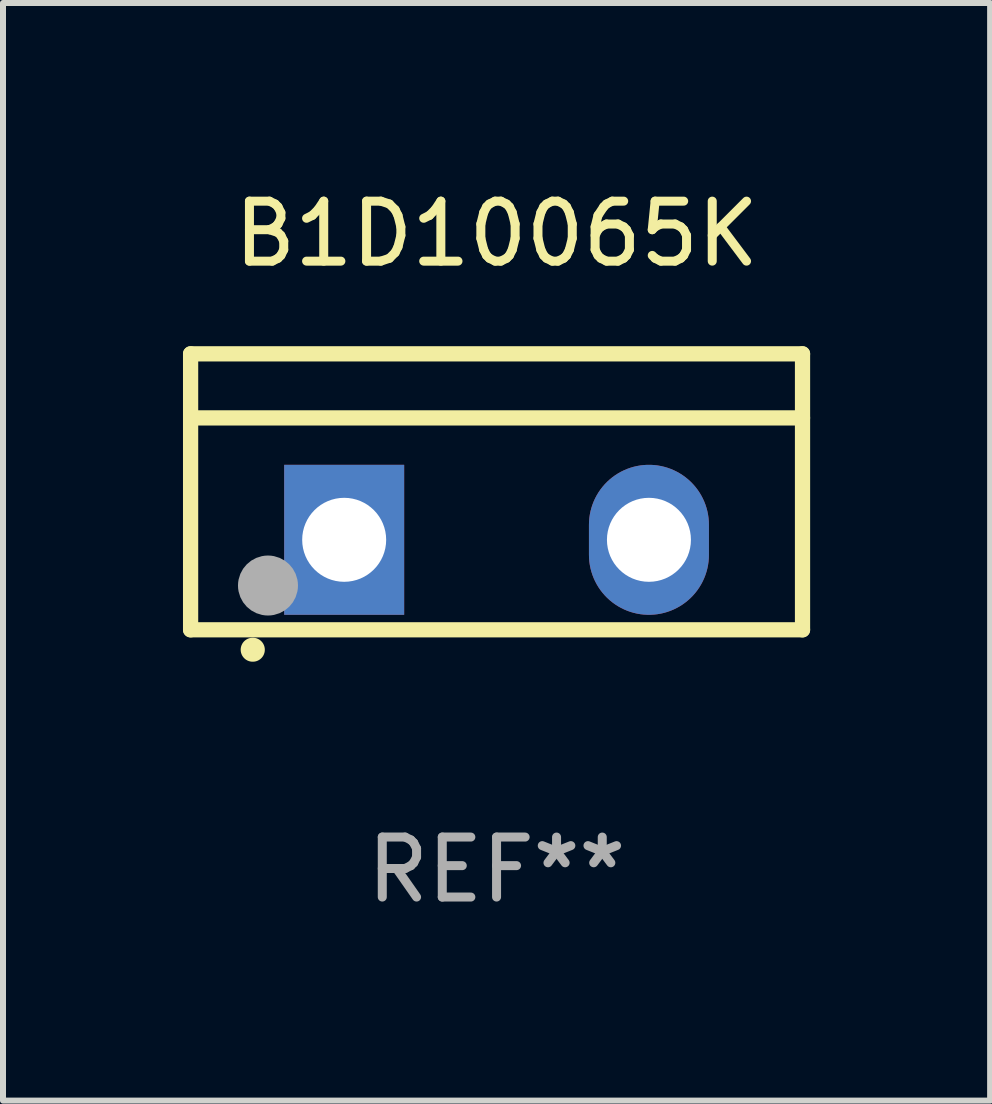
<source format=kicad_pcb>
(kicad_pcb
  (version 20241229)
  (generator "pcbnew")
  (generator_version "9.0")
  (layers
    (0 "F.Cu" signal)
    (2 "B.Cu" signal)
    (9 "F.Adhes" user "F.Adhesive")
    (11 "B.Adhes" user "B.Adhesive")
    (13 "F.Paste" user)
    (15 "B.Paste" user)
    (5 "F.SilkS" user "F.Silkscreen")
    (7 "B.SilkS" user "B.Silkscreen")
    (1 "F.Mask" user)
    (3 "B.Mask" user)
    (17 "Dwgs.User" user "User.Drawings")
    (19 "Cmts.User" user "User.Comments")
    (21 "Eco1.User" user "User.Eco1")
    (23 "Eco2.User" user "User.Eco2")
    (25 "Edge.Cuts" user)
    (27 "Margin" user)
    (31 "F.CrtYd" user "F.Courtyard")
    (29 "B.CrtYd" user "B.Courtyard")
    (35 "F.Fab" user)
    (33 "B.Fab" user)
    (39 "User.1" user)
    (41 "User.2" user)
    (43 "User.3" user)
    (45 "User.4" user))
  (footprint "B1D10065K"
    (layer "F.Cu")
    (at 5.227 5.148)
    (property "Reference" "B1D10065K" (at 0 -4.3 0) (layer "F.SilkS") (effects (font (size 1 1) (thickness 0.15))))
    (attr through_hole)
    (fp_line (start -5.1 -2.3) (end -5.1 2.3) (stroke (width 0.254) (type solid)) (layer "F.SilkS"))
    (fp_line (start -5.1 2.3) (end 5.1 2.3) (stroke (width 0.254) (type solid)) (layer "F.SilkS"))
    (fp_line (start -5.08 -1.232) (end 5.1 -1.232) (stroke (width 0.254) (type solid)) (layer "F.SilkS"))
    (fp_line (start 5.1 -2.3) (end -5.1 -2.3) (stroke (width 0.254) (type solid)) (layer "F.SilkS"))
    (fp_line (start 5.1 -2.3) (end 5.1 2.3) (stroke (width 0.254) (type solid)) (layer "F.SilkS"))
    (fp_arc (start -4.065278 2.632004) (mid -4.064008 2.632) (end -4.062738 2.632004) (stroke (width 0.4) (type solid)) (layer "F.SilkS"))
    (fp_circle (center -5.1 2.32) (end -5.07 2.32) (stroke (width 0.06) (type solid)) (fill no) (layer "F.SilkS"))
    (fp_circle (center -3.81 1.562) (end -3.56 1.562) (stroke (width 0.5) (type solid)) (fill no) (layer "F.Fab"))
    (fp_text user "REF**" (at 0 6.3 0) (layer "F.Fab") (effects (font (size 1 1) (thickness 0.15))))
    (pad "1" thru_hole rect (at -2.54 0.8) (size 2 2.5) (drill 1.4) (layers "*.Cu" "*.Mask"))
    (pad "2" thru_hole oval (at 2.54 0.8) (size 2 2.5) (drill 1.4) (layers "*.Cu" "*.Mask")))
  (gr_rect
    (start -3 -3)
    (end 13.454 15.296)
    (stroke (width 0.1) (type default))
    (fill no)
    (layer "Edge.Cuts")))
</source>
